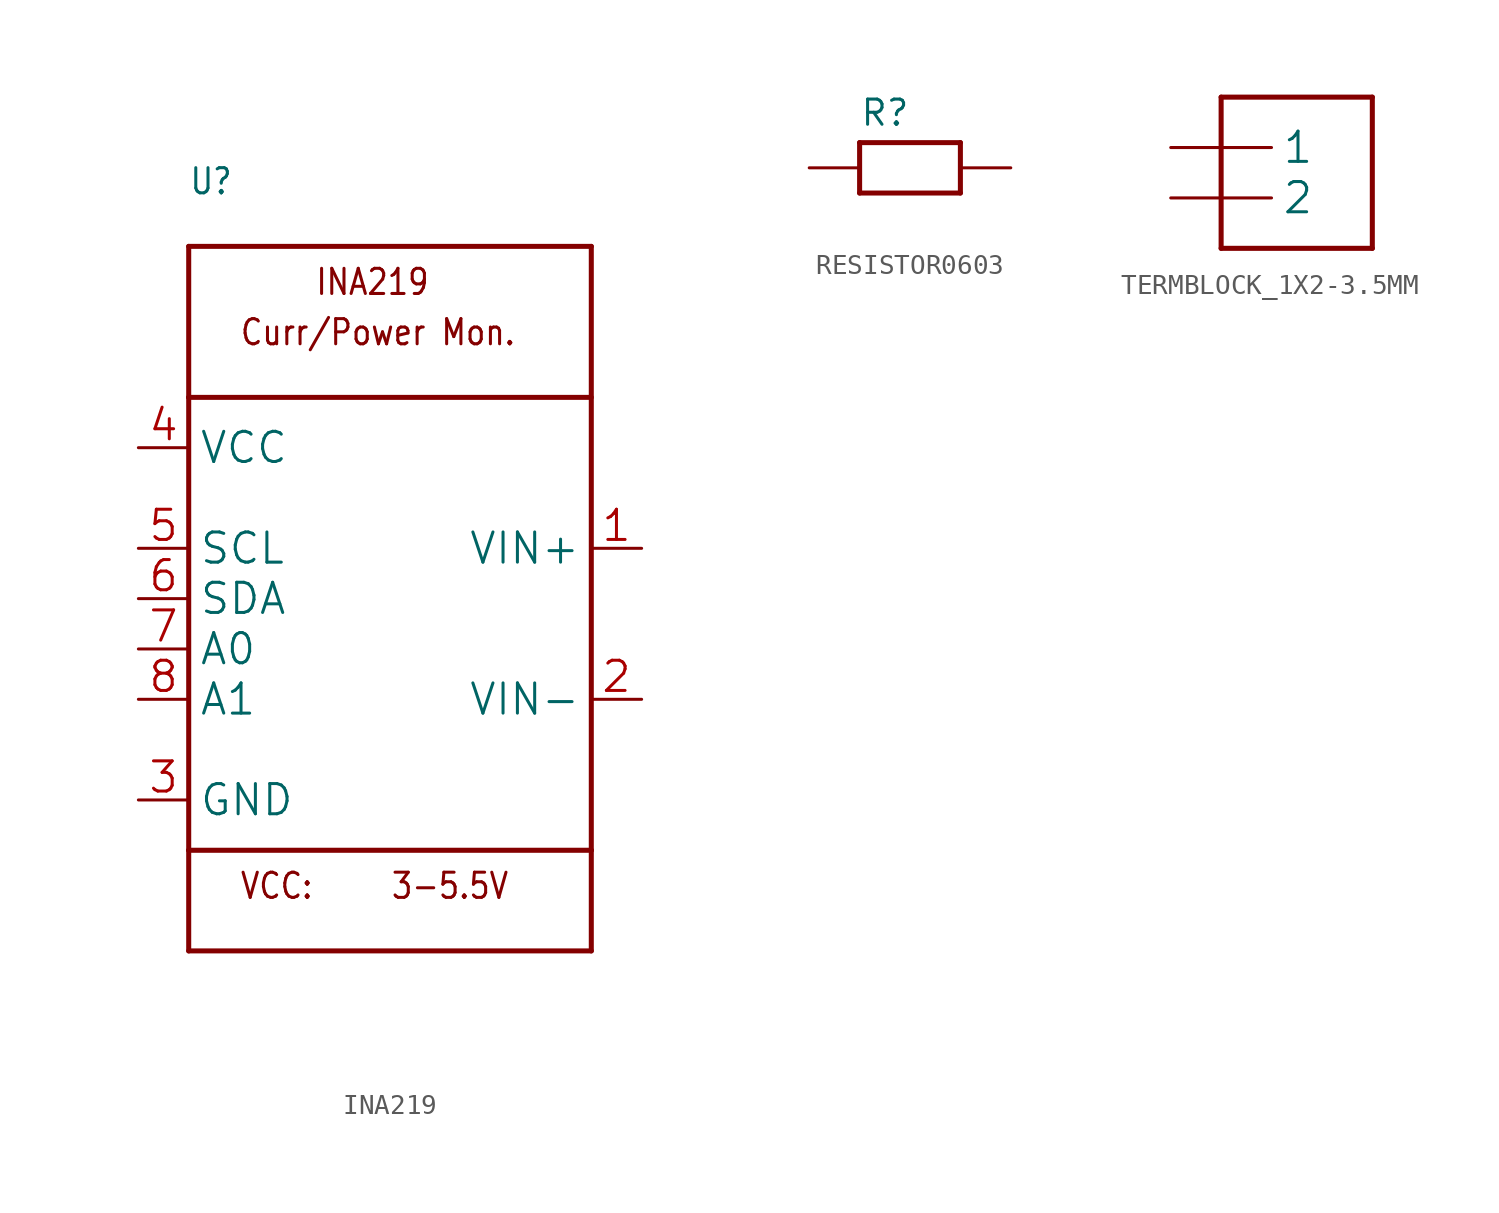
<source format=kicad_sym>
(kicad_symbol_lib
  (version 20241209)
  (generator "kicad_symbol_editor")
  (generator_version "9.0")
  (symbol "INA219"
    (property "Reference" "U"
      (at -10.16 20.32 0)
      (effects (font (size 1.27 1.079)) (justify left bottom)))
    (property "Value" ""
      (at -10.16 -20.32 0)
      (effects (font (size 1.27 1.079)) (justify left bottom)))
    (property "ki_locked" ""
      (at 0 0 0)
      (effects (font (size 1.27 1.27))))
    (symbol "INA219_1_0"
      (polyline (pts (xy -10.16 17.78) (xy 10.16 17.78)) (stroke (width 0.254) (type solid)) (fill (type none)))
      (polyline (pts (xy -10.16 10.16) (xy -10.16 17.78)) (stroke (width 0.254) (type solid)) (fill (type none)))
      (polyline (pts (xy -10.16 10.16) (xy 10.16 10.16)) (stroke (width 0.254) (type solid)) (fill (type none)))
      (polyline (pts (xy -10.16 -12.7) (xy -10.16 10.16)) (stroke (width 0.254) (type solid)) (fill (type none)))
      (polyline (pts (xy -10.16 -12.7) (xy 10.16 -12.7)) (stroke (width 0.254) (type solid)) (fill (type none)))
      (polyline (pts (xy -10.16 -17.78) (xy -10.16 -12.7)) (stroke (width 0.254) (type solid)) (fill (type none)))
      (polyline (pts (xy 10.16 17.78) (xy 10.16 -12.7)) (stroke (width 0.254) (type solid)) (fill (type none)))
      (polyline (pts (xy 10.16 -12.7) (xy 10.16 -17.78)) (stroke (width 0.254) (type solid)) (fill (type none)))
      (polyline (pts (xy 10.16 -17.78) (xy -10.16 -17.78)) (stroke (width 0.254) (type solid)) (fill (type none)))
      (text "Curr/Power Mon." (at -7.62 12.7 0) (effects (font (size 1.27 1.079)) (justify left bottom)))
      (text "VCC:" (at -7.62 -15.24 0) (effects (font (size 1.27 1.079)) (justify left bottom)))
      (text "INA219" (at -3.81 15.24 0) (effects (font (size 1.27 1.079)) (justify left bottom)))
      (text "3-5.5V" (at 0 -15.24 0) (effects (font (size 1.27 1.079)) (justify left bottom)))
      (pin bidirectional line (at -12.7 7.62 0) (length 2.54) (name "VCC" (effects (font (size 1.524 1.524)))) (number "4" (effects (font (size 1.524 1.524)))))
      (pin bidirectional line (at -12.7 2.54 0) (length 2.54) (name "SCL" (effects (font (size 1.524 1.524)))) (number "5" (effects (font (size 1.524 1.524)))))
      (pin bidirectional line (at -12.7 0 0) (length 2.54) (name "SDA" (effects (font (size 1.524 1.524)))) (number "6" (effects (font (size 1.524 1.524)))))
      (pin bidirectional line (at -12.7 -2.54 0) (length 2.54) (name "A0" (effects (font (size 1.524 1.524)))) (number "7" (effects (font (size 1.524 1.524)))))
      (pin bidirectional line (at -12.7 -5.08 0) (length 2.54) (name "A1" (effects (font (size 1.524 1.524)))) (number "8" (effects (font (size 1.524 1.524)))))
      (pin bidirectional line (at -12.7 -10.16 0) (length 2.54) (name "GND" (effects (font (size 1.524 1.524)))) (number "3" (effects (font (size 1.524 1.524)))))
      (pin bidirectional line (at 12.7 2.54 180) (length 2.54) (name "VIN+" (effects (font (size 1.524 1.524)))) (number "1" (effects (font (size 1.524 1.524)))))
      (pin bidirectional line (at 12.7 -5.08 180) (length 2.54) (name "VIN-" (effects (font (size 1.524 1.524)))) (number "2" (effects (font (size 1.524 1.524)))))))
  (symbol "RESISTOR0603"
    (property "Reference" "R"
      (at -2.54 2.032 0)
      (effects (font (size 1.27 1.27)) (justify left bottom)))
    (property "Value" ""
      (at -2.54 -3.175 0)
      (effects (font (size 1.27 1.27)) (justify left bottom)))
    (property "ki_locked" ""
      (at 0 0 0)
      (effects (font (size 1.27 1.27))))
    (symbol "RESISTOR0603_1_0"
      (polyline (pts (xy -2.54 1.27) (xy 2.54 1.27)) (stroke (width 0.254) (type solid)) (fill (type none)))
      (polyline (pts (xy -2.54 -1.27) (xy -2.54 1.27)) (stroke (width 0.254) (type solid)) (fill (type none)))
      (polyline (pts (xy 2.54 1.27) (xy 2.54 -1.27)) (stroke (width 0.254) (type solid)) (fill (type none)))
      (polyline (pts (xy 2.54 -1.27) (xy -2.54 -1.27)) (stroke (width 0.254) (type solid)) (fill (type none)))
      (pin passive line (at -5.08 0 0) (length 2.54) (name "1" (effects (font (size 0 0)))) (number "1" (effects (font (size 0 0)))))
      (pin passive line (at 5.08 0 180) (length 2.54) (name "2" (effects (font (size 0 0)))) (number "2" (effects (font (size 0 0)))))))
  (symbol "TERMBLOCK_1X2-3.5MM"
    (property "Reference" "J"
      (at 0 0 0)
      (effects (font (size 1.27 1.27)) (hide yes)))
    (property "ki_locked" ""
      (at 0 0 0)
      (effects (font (size 1.27 1.27))))
    (symbol "TERMBLOCK_1X2-3.5MM_1_0"
      (polyline (pts (xy -2.54 5.08) (xy -2.54 -2.54)) (stroke (width 0.254) (type solid)) (fill (type none)))
      (polyline (pts (xy -2.54 -2.54) (xy 5.08 -2.54)) (stroke (width 0.254) (type solid)) (fill (type none)))
      (polyline (pts (xy 5.08 5.08) (xy -2.54 5.08)) (stroke (width 0.254) (type solid)) (fill (type none)))
      (polyline (pts (xy 5.08 -2.54) (xy 5.08 5.08)) (stroke (width 0.254) (type solid)) (fill (type none)))
      (pin passive line (at -5.08 2.54 0) (length 5.08) (name "1" (effects (font (size 1.524 1.524)))) (number "1" (effects (font (size 0 0)))))
      (pin passive line (at -5.08 0 0) (length 5.08) (name "2" (effects (font (size 1.524 1.524)))) (number "2" (effects (font (size 0 0))))))))
</source>
